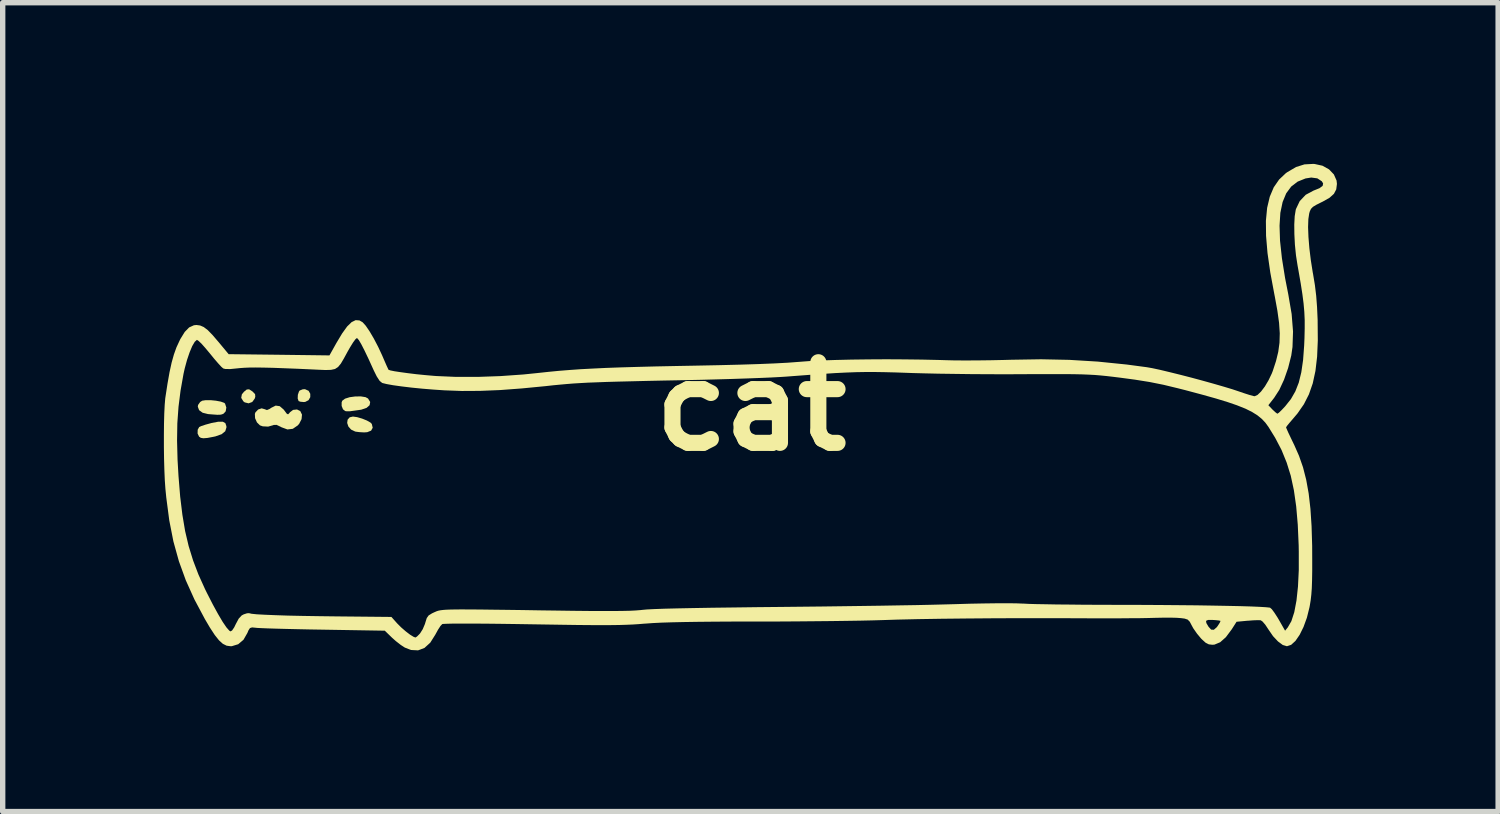
<source format=kicad_pcb>
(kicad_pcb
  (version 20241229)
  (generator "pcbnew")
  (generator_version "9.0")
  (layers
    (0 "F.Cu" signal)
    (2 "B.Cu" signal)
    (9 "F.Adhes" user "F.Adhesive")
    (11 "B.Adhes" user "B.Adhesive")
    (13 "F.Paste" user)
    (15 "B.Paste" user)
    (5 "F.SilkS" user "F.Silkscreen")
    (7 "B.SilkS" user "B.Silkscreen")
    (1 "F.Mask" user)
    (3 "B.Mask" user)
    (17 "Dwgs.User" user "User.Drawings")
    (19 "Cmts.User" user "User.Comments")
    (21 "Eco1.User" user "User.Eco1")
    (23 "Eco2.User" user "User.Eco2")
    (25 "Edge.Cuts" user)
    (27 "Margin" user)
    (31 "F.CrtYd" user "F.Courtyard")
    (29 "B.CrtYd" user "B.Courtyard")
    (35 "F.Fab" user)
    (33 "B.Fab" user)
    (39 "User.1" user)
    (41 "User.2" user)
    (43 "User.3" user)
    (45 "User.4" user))
  (footprint "cat"
    (layer "F.Cu")
    (at 10.929 4.513)
    (property "Reference" "cat" (at 0 0 0) (layer "F.SilkS") (effects (font (size 1.5 1.5) (thickness 0.3))))
    (attr board_only exclude_from_pos_files exclude_from_bom)
    (fp_poly (pts (xy -9.285 -0.281) (xy -9.275 -0.273) (xy -9.232 -0.228) (xy -9.228 -0.179) (xy -9.239 -0.145) (xy -9.285 -0.082) (xy -9.353 -0.057) (xy -9.425 -0.075) (xy -9.451 -0.095) (xy -9.49 -0.159) (xy -9.478 -0.224) (xy -9.44 -0.271) (xy -9.388 -0.314) (xy -9.343 -0.318)) (stroke (width 0) (type solid)) (fill yes) (layer "F.SilkS"))
    (fp_poly (pts (xy -8.236 -0.29) (xy -8.205 -0.235) (xy -8.205 -0.172) (xy -8.237 -0.116) (xy -8.298 -0.084) (xy -8.326 -0.081) (xy -8.388 -0.087) (xy -8.422 -0.099) (xy -8.439 -0.147) (xy -8.436 -0.216) (xy -8.415 -0.278) (xy -8.401 -0.296) (xy -8.343 -0.319) (xy -8.302 -0.32)) (stroke (width 0) (type solid)) (fill yes) (layer "F.SilkS"))
    (fp_poly (pts (xy -7.333 0.2) (xy -7.24 0.227) (xy -7.151 0.263) (xy -7.084 0.301) (xy -7.06 0.326) (xy -7.043 0.398) (xy -7.073 0.451) (xy -7.145 0.48) (xy -7.203 0.484) (xy -7.289 0.479) (xy -7.359 0.47) (xy -7.371 0.467) (xy -7.446 0.431) (xy -7.496 0.374) (xy -7.518 0.308) (xy -7.51 0.247) (xy -7.471 0.203) (xy -7.411 0.189)) (stroke (width 0) (type solid)) (fill yes) (layer "F.SilkS"))
    (fp_poly (pts (xy -10.059 -0.116) (xy -9.96 -0.106) (xy -9.87 -0.089) (xy -9.808 -0.067) (xy -9.791 -0.053) (xy -9.767 0.021) (xy -9.779 0.092) (xy -9.817 0.134) (xy -9.848 0.148) (xy -9.883 0.155) (xy -9.937 0.156) (xy -10.021 0.15) (xy -10.107 0.143) (xy -10.208 0.118) (xy -10.274 0.07) (xy -10.298 0.005) (xy -10.293 -0.027) (xy -10.254 -0.082) (xy -10.216 -0.106) (xy -10.15 -0.116)) (stroke (width 0) (type solid)) (fill yes) (layer "F.SilkS"))
    (fp_poly (pts (xy -9.833 0.285) (xy -9.785 0.312) (xy -9.766 0.367) (xy -9.765 0.391) (xy -9.787 0.462) (xy -9.854 0.517) (xy -9.97 0.558) (xy -10.003 0.565) (xy -10.118 0.587) (xy -10.194 0.593) (xy -10.242 0.585) (xy -10.274 0.563) (xy -10.302 0.504) (xy -10.3 0.434) (xy -10.272 0.384) (xy -10.231 0.365) (xy -10.152 0.339) (xy -10.053 0.312) (xy -10.043 0.309) (xy -9.917 0.285)) (stroke (width 0) (type solid)) (fill yes) (layer "F.SilkS"))
    (fp_poly (pts (xy -7.176 -0.172) (xy -7.13 -0.147) (xy -7.09 -0.082) (xy -7.101 -0.022) (xy -7.157 0.027) (xy -7.256 0.061) (xy -7.297 0.067) (xy -7.382 0.079) (xy -7.449 0.088) (xy -7.466 0.091) (xy -7.528 0.091) (xy -7.554 0.087) (xy -7.596 0.054) (xy -7.621 -0.008) (xy -7.621 -0.076) (xy -7.609 -0.106) (xy -7.558 -0.144) (xy -7.472 -0.171) (xy -7.368 -0.185) (xy -7.263 -0.186)) (stroke (width 0) (type solid)) (fill yes) (layer "F.SilkS"))
    (fp_poly (pts (xy -8.773 -0.004) (xy -8.701 0.058) (xy -8.681 0.084) (xy -8.642 0.136) (xy -8.618 0.148) (xy -8.593 0.123) (xy -8.584 0.11) (xy -8.525 0.065) (xy -8.452 0.057) (xy -8.391 0.087) (xy -8.359 0.153) (xy -8.367 0.237) (xy -8.411 0.323) (xy -8.438 0.354) (xy -8.53 0.417) (xy -8.63 0.429) (xy -8.741 0.388) (xy -8.759 0.378) (xy -8.831 0.344) (xy -8.884 0.345) (xy -8.899 0.351) (xy -8.989 0.376) (xy -9.089 0.371) (xy -9.141 0.353) (xy -9.197 0.298) (xy -9.232 0.22) (xy -9.236 0.141) (xy -9.226 0.112) (xy -9.175 0.058) (xy -9.11 0.036) (xy -9.05 0.053) (xy -9.049 0.054) (xy -9.011 0.068) (xy -8.961 0.047) (xy -8.931 0.026) (xy -8.848 -0.015)) (stroke (width 0) (type solid)) (fill yes) (layer "F.SilkS"))
    (fp_poly (pts (xy 10.487 -4.511) (xy 10.632 -4.479) (xy 10.754 -4.411) (xy 10.844 -4.317) (xy 10.894 -4.204) (xy 10.901 -4.14) (xy 10.888 -4.038) (xy 10.845 -3.956) (xy 10.764 -3.883) (xy 10.637 -3.811) (xy 10.618 -3.802) (xy 10.518 -3.752) (xy 10.455 -3.714) (xy 10.418 -3.676) (xy 10.396 -3.629) (xy 10.385 -3.591) (xy 10.369 -3.485) (xy 10.364 -3.336) (xy 10.371 -3.152) (xy 10.388 -2.944) (xy 10.415 -2.721) (xy 10.451 -2.493) (xy 10.457 -2.462) (xy 10.491 -2.257) (xy 10.515 -2.059) (xy 10.531 -1.849) (xy 10.542 -1.606) (xy 10.542 -1.575) (xy 10.545 -1.227) (xy 10.532 -0.924) (xy 10.501 -0.66) (xy 10.451 -0.429) (xy 10.38 -0.225) (xy 10.286 -0.04) (xy 10.168 0.13) (xy 10.08 0.234) (xy 10.018 0.306) (xy 9.973 0.361) (xy 9.954 0.39) (xy 9.954 0.39) (xy 9.966 0.42) (xy 9.996 0.488) (xy 10.042 0.585) (xy 10.098 0.701) (xy 10.105 0.715) (xy 10.195 0.919) (xy 10.27 1.134) (xy 10.329 1.365) (xy 10.375 1.621) (xy 10.408 1.907) (xy 10.429 2.229) (xy 10.44 2.594) (xy 10.441 2.837) (xy 10.441 3.061) (xy 10.438 3.242) (xy 10.433 3.387) (xy 10.424 3.506) (xy 10.412 3.61) (xy 10.396 3.707) (xy 10.39 3.739) (xy 10.342 3.932) (xy 10.279 4.105) (xy 10.207 4.251) (xy 10.129 4.364) (xy 10.049 4.437) (xy 9.971 4.463) (xy 9.97 4.463) (xy 9.893 4.44) (xy 9.804 4.374) (xy 9.712 4.276) (xy 9.626 4.151) (xy 9.62 4.142) (xy 9.567 4.062) (xy 9.516 4.003) (xy 9.482 3.98) (xy 9.431 3.978) (xy 9.345 3.981) (xy 9.241 3.989) (xy 9.233 3.989) (xy 9.033 4.008) (xy 8.943 4.149) (xy 8.834 4.295) (xy 8.728 4.389) (xy 8.622 4.433) (xy 8.582 4.436) (xy 8.516 4.428) (xy 8.457 4.398) (xy 8.388 4.335) (xy 8.372 4.319) (xy 8.297 4.229) (xy 8.228 4.13) (xy 8.2 4.079) (xy 8.162 4.007) (xy 8.146 3.991) (xy 8.465 3.991) (xy 8.471 4.032) (xy 8.511 4.1) (xy 8.56 4.154) (xy 8.61 4.157) (xy 8.665 4.109) (xy 8.684 4.083) (xy 8.72 4.027) (xy 8.734 3.994) (xy 8.733 3.991) (xy 8.703 3.984) (xy 8.636 3.977) (xy 8.588 3.974) (xy 8.503 3.974) (xy 8.465 3.991) (xy 8.146 3.991) (xy 8.124 3.968) (xy 8.067 3.949) (xy 7.999 3.94) (xy 7.917 3.934) (xy 7.796 3.931) (xy 7.654 3.932) (xy 7.506 3.935) (xy 7.506 3.935) (xy 7.394 3.938) (xy 7.237 3.941) (xy 7.045 3.942) (xy 6.826 3.944) (xy 6.59 3.944) (xy 6.347 3.944) (xy 6.181 3.943) (xy 5.609 3.941) (xy 5.053 3.941) (xy 4.519 3.943) (xy 4.012 3.947) (xy 3.539 3.952) (xy 3.104 3.959) (xy 2.713 3.968) (xy 2.435 3.977) (xy 2.258 3.982) (xy 2.036 3.987) (xy 1.776 3.991) (xy 1.487 3.995) (xy 1.177 3.998) (xy 0.854 4.001) (xy 0.527 4.003) (xy 0.204 4.004) (xy 0.068 4.004) (xy -0.332 4.004) (xy -0.682 4.006) (xy -0.986 4.009) (xy -1.249 4.013) (xy -1.474 4.018) (xy -1.666 4.024) (xy -1.828 4.032) (xy -1.966 4.042) (xy -1.988 4.043) (xy -2.096 4.052) (xy -2.206 4.059) (xy -2.325 4.064) (xy -2.456 4.068) (xy -2.606 4.07) (xy -2.78 4.071) (xy -2.983 4.07) (xy -3.22 4.068) (xy -3.497 4.064) (xy -3.819 4.059) (xy -4.077 4.055) (xy -4.393 4.05) (xy -4.686 4.046) (xy -4.952 4.043) (xy -5.186 4.042) (xy -5.385 4.042) (xy -5.545 4.042) (xy -5.662 4.045) (xy -5.731 4.048) (xy -5.749 4.051) (xy -5.782 4.086) (xy -5.827 4.155) (xy -5.876 4.244) (xy -5.878 4.248) (xy -5.972 4.397) (xy -6.08 4.495) (xy -6.199 4.54) (xy -6.331 4.533) (xy -6.446 4.488) (xy -6.521 4.439) (xy -6.612 4.368) (xy -6.684 4.304) (xy -6.818 4.174) (xy -7.958 4.155) (xy -8.206 4.151) (xy -8.441 4.146) (xy -8.656 4.141) (xy -8.846 4.136) (xy -9.004 4.131) (xy -9.123 4.126) (xy -9.197 4.122) (xy -9.214 4.12) (xy -9.287 4.113) (xy -9.327 4.125) (xy -9.355 4.168) (xy -9.375 4.216) (xy -9.448 4.343) (xy -9.546 4.426) (xy -9.664 4.462) (xy -9.69 4.463) (xy -9.762 4.453) (xy -9.832 4.418) (xy -9.903 4.354) (xy -9.982 4.255) (xy -10.073 4.116) (xy -10.166 3.958) (xy -10.361 3.592) (xy -10.521 3.237) (xy -10.65 2.881) (xy -10.752 2.513) (xy -10.829 2.121) (xy -10.885 1.693) (xy -10.901 1.532) (xy -10.912 1.375) (xy -10.92 1.186) (xy -10.926 0.976) (xy -10.929 0.754) (xy -10.929 0.637) (xy -10.684 0.637) (xy -10.675 0.99) (xy -10.657 1.298) (xy -10.626 1.679) (xy -10.585 2.016) (xy -10.534 2.32) (xy -10.468 2.6) (xy -10.386 2.866) (xy -10.286 3.129) (xy -10.164 3.399) (xy -10.126 3.476) (xy -10.018 3.687) (xy -9.92 3.866) (xy -9.835 4.01) (xy -9.764 4.114) (xy -9.711 4.174) (xy -9.69 4.187) (xy -9.66 4.17) (xy -9.62 4.111) (xy -9.591 4.051) (xy -9.537 3.95) (xy -9.481 3.89) (xy -9.444 3.87) (xy -9.382 3.85) (xy -9.342 3.848) (xy -9.341 3.849) (xy -9.297 3.859) (xy -9.201 3.869) (xy -9.055 3.877) (xy -8.863 3.885) (xy -8.626 3.893) (xy -8.347 3.899) (xy -8.028 3.904) (xy -7.709 3.908) (xy -6.695 3.918) (xy -6.587 4.039) (xy -6.513 4.113) (xy -6.429 4.186) (xy -6.348 4.248) (xy -6.281 4.289) (xy -6.247 4.301) (xy -6.218 4.282) (xy -6.172 4.236) (xy -6.16 4.222) (xy -6.112 4.146) (xy -6.071 4.049) (xy -6.062 4.018) (xy -6.037 3.939) (xy -6.002 3.89) (xy -5.939 3.851) (xy -5.903 3.834) (xy -5.876 3.822) (xy -5.85 3.811) (xy -5.822 3.802) (xy -5.788 3.795) (xy -5.743 3.789) (xy -5.684 3.784) (xy -5.608 3.781) (xy -5.509 3.779) (xy -5.386 3.778) (xy -5.233 3.779) (xy -5.048 3.78) (xy -4.826 3.783) (xy -4.563 3.786) (xy -4.256 3.79) (xy -3.901 3.796) (xy -3.665 3.799) (xy -3.319 3.804) (xy -3.023 3.807) (xy -2.773 3.808) (xy -2.564 3.808) (xy -2.392 3.806) (xy -2.252 3.803) (xy -2.141 3.797) (xy -2.054 3.79) (xy -2.029 3.787) (xy -1.944 3.779) (xy -1.807 3.772) (xy -1.618 3.765) (xy -1.376 3.759) (xy -1.081 3.753) (xy -0.733 3.747) (xy -0.331 3.742) (xy 0.124 3.736) (xy 0.541 3.732) (xy 0.918 3.728) (xy 1.3 3.724) (xy 1.68 3.719) (xy 2.052 3.714) (xy 2.41 3.709) (xy 2.747 3.703) (xy 3.058 3.698) (xy 3.334 3.692) (xy 3.571 3.686) (xy 3.762 3.681) (xy 3.801 3.68) (xy 4.068 3.672) (xy 4.323 3.667) (xy 4.558 3.664) (xy 4.764 3.663) (xy 4.934 3.665) (xy 5.059 3.67) (xy 5.072 3.67) (xy 5.162 3.675) (xy 5.299 3.679) (xy 5.478 3.682) (xy 5.691 3.686) (xy 5.933 3.688) (xy 6.197 3.691) (xy 6.477 3.692) (xy 6.766 3.693) (xy 6.884 3.693) (xy 7.257 3.694) (xy 7.618 3.696) (xy 7.962 3.699) (xy 8.286 3.702) (xy 8.586 3.707) (xy 8.857 3.712) (xy 9.096 3.717) (xy 9.298 3.723) (xy 9.46 3.73) (xy 9.577 3.737) (xy 9.646 3.744) (xy 9.658 3.747) (xy 9.69 3.775) (xy 9.738 3.84) (xy 9.795 3.928) (xy 9.818 3.967) (xy 9.936 4.174) (xy 9.986 4.113) (xy 10.053 3.997) (xy 10.107 3.83) (xy 10.148 3.614) (xy 10.176 3.353) (xy 10.191 3.048) (xy 10.191 2.701) (xy 10.189 2.583) (xy 10.172 2.2) (xy 10.143 1.862) (xy 10.1 1.561) (xy 10.042 1.291) (xy 9.965 1.044) (xy 9.87 0.811) (xy 9.752 0.585) (xy 9.628 0.384) (xy 9.57 0.304) (xy 9.502 0.232) (xy 9.421 0.166) (xy 9.322 0.104) (xy 9.2 0.043) (xy 9.05 -0.017) (xy 9.037 -0.022) (xy 9.625 -0.022) (xy 9.7 0.057) (xy 9.752 0.106) (xy 9.789 0.134) (xy 9.795 0.135) (xy 9.821 0.117) (xy 9.872 0.068) (xy 9.938 -0.002) (xy 9.942 -0.007) (xy 10.045 -0.137) (xy 10.127 -0.28) (xy 10.191 -0.443) (xy 10.238 -0.635) (xy 10.271 -0.862) (xy 10.291 -1.132) (xy 10.297 -1.271) (xy 10.301 -1.448) (xy 10.301 -1.608) (xy 10.294 -1.76) (xy 10.28 -1.917) (xy 10.258 -2.089) (xy 10.227 -2.288) (xy 10.186 -2.524) (xy 10.168 -2.624) (xy 10.139 -2.81) (xy 10.119 -3.008) (xy 10.109 -3.203) (xy 10.107 -3.384) (xy 10.115 -3.539) (xy 10.134 -3.656) (xy 10.138 -3.672) (xy 10.209 -3.821) (xy 10.32 -3.938) (xy 10.461 -4.014) (xy 10.468 -4.017) (xy 10.577 -4.061) (xy 10.635 -4.104) (xy 10.644 -4.15) (xy 10.619 -4.19) (xy 10.536 -4.244) (xy 10.423 -4.259) (xy 10.316 -4.242) (xy 10.17 -4.183) (xy 10.05 -4.091) (xy 9.957 -3.965) (xy 9.89 -3.803) (xy 9.848 -3.603) (xy 9.833 -3.363) (xy 9.842 -3.083) (xy 9.877 -2.758) (xy 9.936 -2.389) (xy 9.996 -2.083) (xy 10.058 -1.72) (xy 10.084 -1.394) (xy 10.074 -1.105) (xy 10.051 -0.946) (xy 9.992 -0.713) (xy 9.916 -0.496) (xy 9.828 -0.307) (xy 9.733 -0.16) (xy 9.625 -0.022) (xy 9.037 -0.022) (xy 8.868 -0.08) (xy 8.649 -0.147) (xy 8.388 -0.22) (xy 8.081 -0.302) (xy 7.939 -0.338) (xy 7.674 -0.402) (xy 7.415 -0.454) (xy 7.14 -0.498) (xy 6.871 -0.534) (xy 6.734 -0.551) (xy 6.613 -0.565) (xy 6.502 -0.576) (xy 6.394 -0.585) (xy 6.281 -0.591) (xy 6.159 -0.596) (xy 6.018 -0.599) (xy 5.854 -0.601) (xy 5.659 -0.601) (xy 5.427 -0.601) (xy 5.15 -0.6) (xy 5.004 -0.599) (xy 4.708 -0.598) (xy 4.397 -0.599) (xy 4.082 -0.601) (xy 3.774 -0.605) (xy 3.484 -0.609) (xy 3.221 -0.615) (xy 2.997 -0.621) (xy 2.915 -0.624) (xy 2.69 -0.632) (xy 2.49 -0.637) (xy 2.306 -0.64) (xy 2.129 -0.64) (xy 1.953 -0.637) (xy 1.767 -0.63) (xy 1.564 -0.62) (xy 1.335 -0.605) (xy 1.071 -0.586) (xy 0.765 -0.563) (xy 0.663 -0.555) (xy 0.538 -0.547) (xy 0.367 -0.538) (xy 0.157 -0.529) (xy -0.085 -0.52) (xy -0.351 -0.511) (xy -0.634 -0.503) (xy -0.926 -0.495) (xy -1.219 -0.489) (xy -1.258 -0.488) (xy -1.632 -0.481) (xy -1.958 -0.474) (xy -2.24 -0.467) (xy -2.484 -0.461) (xy -2.695 -0.455) (xy -2.878 -0.448) (xy -3.038 -0.442) (xy -3.181 -0.434) (xy -3.312 -0.426) (xy -3.436 -0.416) (xy -3.558 -0.405) (xy -3.684 -0.393) (xy -3.819 -0.378) (xy -3.828 -0.377) (xy -4.273 -0.334) (xy -4.675 -0.304) (xy -5.043 -0.289) (xy -5.384 -0.287) (xy -5.708 -0.299) (xy -5.914 -0.313) (xy -6.122 -0.33) (xy -6.322 -0.35) (xy -6.505 -0.372) (xy -6.663 -0.394) (xy -6.785 -0.416) (xy -6.862 -0.435) (xy -6.866 -0.436) (xy -6.914 -0.475) (xy -6.968 -0.558) (xy -7.023 -0.669) (xy -7.118 -0.878) (xy -7.195 -1.039) (xy -7.255 -1.156) (xy -7.299 -1.231) (xy -7.329 -1.267) (xy -7.339 -1.271) (xy -7.365 -1.249) (xy -7.409 -1.189) (xy -7.464 -1.1) (xy -7.507 -1.025) (xy -7.58 -0.891) (xy -7.636 -0.796) (xy -7.688 -0.733) (xy -7.745 -0.696) (xy -7.82 -0.68) (xy -7.922 -0.677) (xy -8.063 -0.683) (xy -8.125 -0.686) (xy -8.43 -0.7) (xy -8.686 -0.71) (xy -8.899 -0.718) (xy -9.075 -0.722) (xy -9.218 -0.724) (xy -9.335 -0.723) (xy -9.432 -0.719) (xy -9.513 -0.713) (xy -9.561 -0.708) (xy -9.693 -0.695) (xy -9.785 -0.696) (xy -9.824 -0.706) (xy -9.859 -0.736) (xy -9.918 -0.8) (xy -9.994 -0.888) (xy -10.077 -0.99) (xy -10.159 -1.088) (xy -10.23 -1.168) (xy -10.285 -1.22) (xy -10.314 -1.238) (xy -10.315 -1.238) (xy -10.355 -1.202) (xy -10.402 -1.122) (xy -10.45 -1.007) (xy -10.498 -0.866) (xy -10.541 -0.708) (xy -10.564 -0.605) (xy -10.619 -0.294) (xy -10.657 0.008) (xy -10.679 0.314) (xy -10.684 0.637) (xy -10.929 0.637) (xy -10.929 0.533) (xy -10.927 0.321) (xy -10.922 0.131) (xy -10.914 -0.029) (xy -10.904 -0.147) (xy -10.902 -0.162) (xy -10.862 -0.422) (xy -10.824 -0.637) (xy -10.785 -0.815) (xy -10.743 -0.965) (xy -10.696 -1.097) (xy -10.64 -1.218) (xy -10.623 -1.253) (xy -10.541 -1.386) (xy -10.459 -1.47) (xy -10.371 -1.51) (xy -10.323 -1.515) (xy -10.255 -1.506) (xy -10.188 -1.477) (xy -10.114 -1.421) (xy -10.027 -1.332) (xy -9.917 -1.204) (xy -9.91 -1.196) (xy -9.724 -0.972) (xy -8.786 -0.961) (xy -7.848 -0.949) (xy -7.718 -1.181) (xy -7.612 -1.358) (xy -7.519 -1.487) (xy -7.436 -1.568) (xy -7.361 -1.605) (xy -7.29 -1.6) (xy -7.231 -1.566) (xy -7.173 -1.502) (xy -7.102 -1.398) (xy -7.023 -1.264) (xy -6.943 -1.111) (xy -6.87 -0.955) (xy -6.823 -0.846) (xy -6.784 -0.757) (xy -6.757 -0.699) (xy -6.749 -0.682) (xy -6.716 -0.67) (xy -6.637 -0.654) (xy -6.524 -0.637) (xy -6.385 -0.618) (xy -6.23 -0.599) (xy -6.069 -0.583) (xy -5.91 -0.569) (xy -5.857 -0.565) (xy -5.49 -0.549) (xy -5.088 -0.549) (xy -4.666 -0.564) (xy -4.24 -0.594) (xy -3.976 -0.621) (xy -3.781 -0.642) (xy -3.587 -0.661) (xy -3.387 -0.677) (xy -3.177 -0.692) (xy -2.951 -0.704) (xy -2.703 -0.716) (xy -2.427 -0.726) (xy -2.118 -0.735) (xy -1.771 -0.744) (xy -1.379 -0.752) (xy -1.055 -0.758) (xy -0.605 -0.767) (xy -0.206 -0.777) (xy 0.141 -0.788) (xy 0.436 -0.8) (xy 0.678 -0.813) (xy 0.866 -0.827) (xy 0.893 -0.829) (xy 1.076 -0.843) (xy 1.306 -0.855) (xy 1.573 -0.864) (xy 1.869 -0.871) (xy 2.186 -0.875) (xy 2.515 -0.877) (xy 2.848 -0.875) (xy 3.177 -0.871) (xy 3.494 -0.864) (xy 3.625 -0.86) (xy 3.788 -0.856) (xy 3.991 -0.855) (xy 4.219 -0.856) (xy 4.459 -0.859) (xy 4.696 -0.864) (xy 4.841 -0.868) (xy 5.395 -0.877) (xy 5.924 -0.866) (xy 6.449 -0.834) (xy 6.99 -0.779) (xy 7.365 -0.729) (xy 7.467 -0.711) (xy 7.611 -0.68) (xy 7.786 -0.638) (xy 7.984 -0.589) (xy 8.194 -0.535) (xy 8.405 -0.478) (xy 8.609 -0.421) (xy 8.796 -0.367) (xy 8.955 -0.319) (xy 9.054 -0.286) (xy 9.171 -0.246) (xy 9.271 -0.214) (xy 9.342 -0.194) (xy 9.369 -0.189) (xy 9.423 -0.213) (xy 9.489 -0.277) (xy 9.56 -0.371) (xy 9.628 -0.486) (xy 9.688 -0.611) (xy 9.706 -0.657) (xy 9.767 -0.843) (xy 9.809 -1.015) (xy 9.832 -1.184) (xy 9.837 -1.361) (xy 9.824 -1.556) (xy 9.793 -1.78) (xy 9.745 -2.043) (xy 9.737 -2.083) (xy 9.661 -2.491) (xy 9.609 -2.854) (xy 9.582 -3.174) (xy 9.579 -3.453) (xy 9.602 -3.695) (xy 9.651 -3.902) (xy 9.725 -4.077) (xy 9.825 -4.222) (xy 9.951 -4.341) (xy 9.98 -4.361) (xy 10.141 -4.455) (xy 10.297 -4.504) (xy 10.462 -4.513)) (stroke (width 0) (type solid)) (fill yes) (layer "F.SilkS")))
  (gr_rect
    (start -3 -3)
    (end 24.83 12.053)
    (stroke (width 0.1) (type default))
    (fill no)
    (layer "Edge.Cuts")))
</source>
